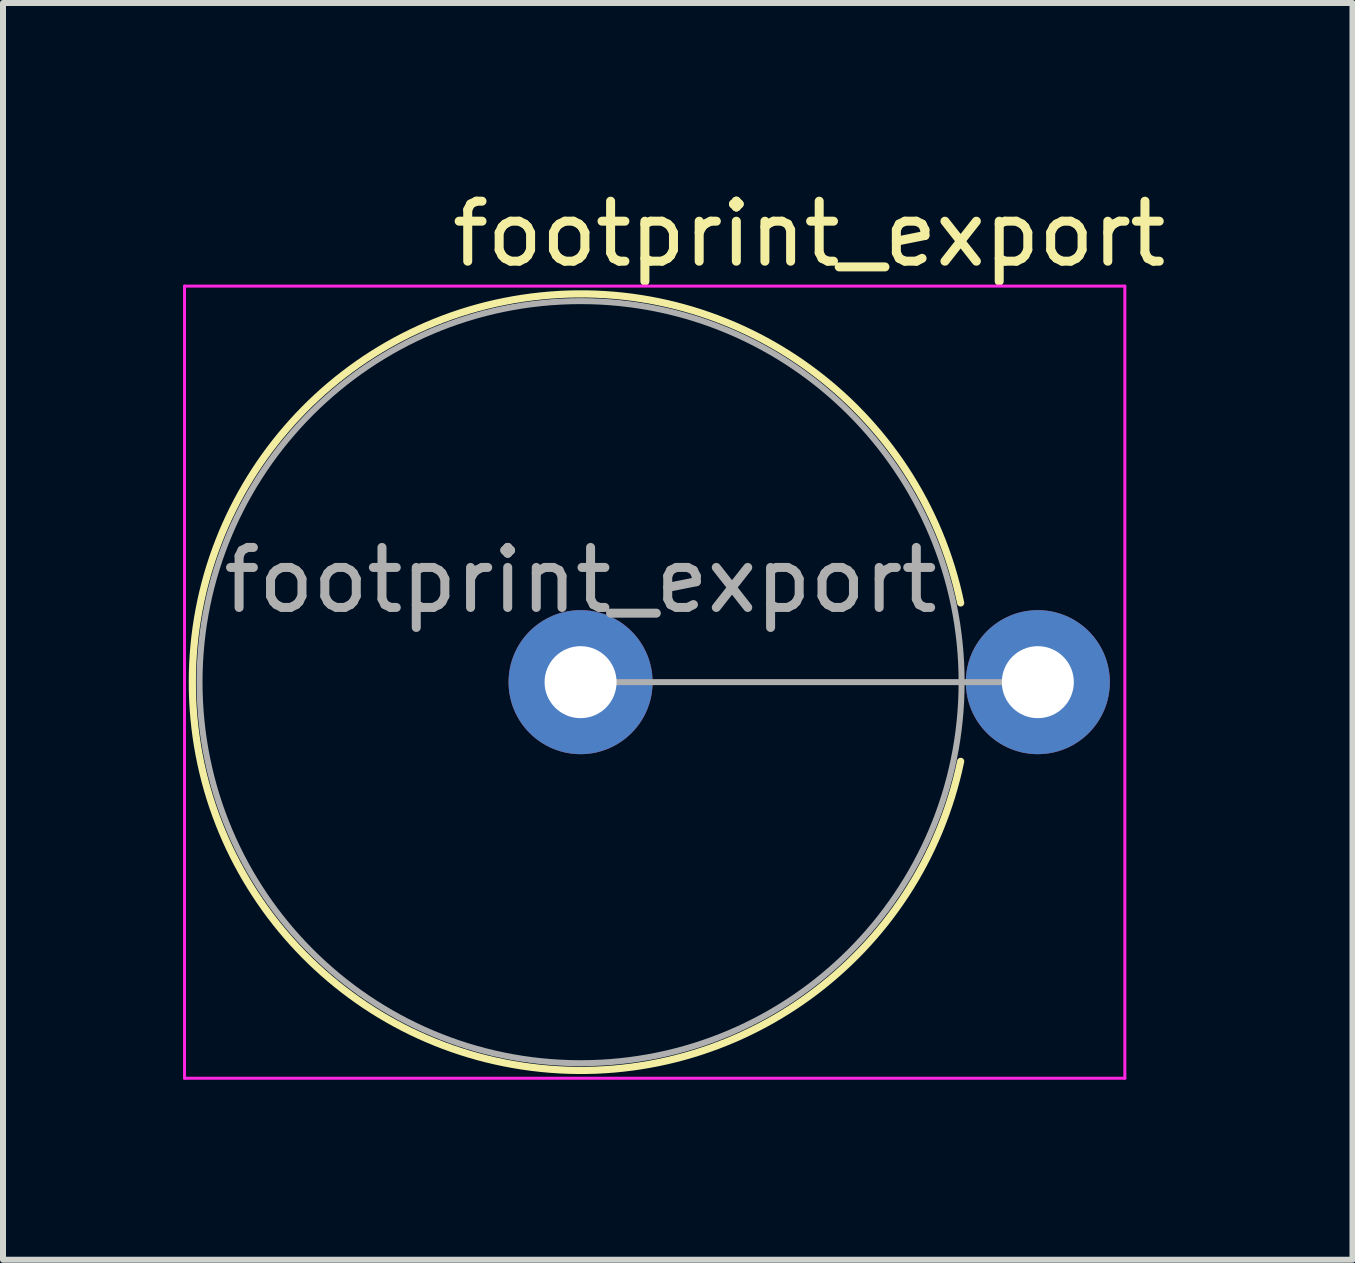
<source format=kicad_pcb>
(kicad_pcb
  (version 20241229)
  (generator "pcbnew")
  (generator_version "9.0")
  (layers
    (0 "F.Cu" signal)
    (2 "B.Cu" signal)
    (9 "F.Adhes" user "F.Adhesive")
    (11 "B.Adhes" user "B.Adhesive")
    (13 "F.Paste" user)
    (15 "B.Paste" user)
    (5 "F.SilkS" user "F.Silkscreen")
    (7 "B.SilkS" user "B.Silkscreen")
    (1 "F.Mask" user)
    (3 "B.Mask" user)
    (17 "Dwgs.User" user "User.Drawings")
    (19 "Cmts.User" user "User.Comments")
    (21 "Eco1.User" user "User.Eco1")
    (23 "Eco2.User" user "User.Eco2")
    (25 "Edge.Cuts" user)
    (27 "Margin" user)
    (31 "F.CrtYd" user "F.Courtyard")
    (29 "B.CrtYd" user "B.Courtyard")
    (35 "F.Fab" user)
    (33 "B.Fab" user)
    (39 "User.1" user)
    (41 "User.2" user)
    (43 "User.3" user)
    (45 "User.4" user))
  (footprint "footprint_export"
    (layer "F.Cu")
    (at 6.625 8.318)
    (property "Reference" "footprint_export" (at 3.81 -7.47 0) (layer "F.SilkS") (effects (font (size 1 1) (thickness 0.15))))
    (attr through_hole)
    (fp_arc (start 6.333917 1.32) (mid -6.47 0) (end 6.333917 -1.32) (stroke (width 0.12) (type solid)) (layer "F.SilkS"))
    (fp_line (start -6.6 -6.6) (end -6.6 6.6) (stroke (width 0.05) (type solid)) (layer "F.CrtYd"))
    (fp_line (start -6.6 6.6) (end 9.07 6.6) (stroke (width 0.05) (type solid)) (layer "F.CrtYd"))
    (fp_line (start 9.07 -6.6) (end -6.6 -6.6) (stroke (width 0.05) (type solid)) (layer "F.CrtYd"))
    (fp_line (start 9.07 6.6) (end 9.07 -6.6) (stroke (width 0.05) (type solid)) (layer "F.CrtYd"))
    (fp_line (start 0 0) (end 7.62 0) (stroke (width 0.1) (type solid)) (layer "F.Fab"))
    (fp_circle (center 0 0) (end 6.35 0) (stroke (width 0.1) (type solid)) (fill no) (layer "F.Fab"))
    (fp_text user "${REFERENCE}" (at 0 -1.7 0) (layer "F.Fab") (effects (font (size 1 1) (thickness 0.15))))
    (pad "1" thru_hole circle (at 0 0) (size 2.4 2.4) (drill 1.2) (layers "*.Cu" "*.Mask"))
    (pad "2" thru_hole oval (at 7.62 0) (size 2.4 2.4) (drill 1.2) (layers "*.Cu" "*.Mask")))
  (gr_rect
    (start -3 -3)
    (end 19.489 17.943)
    (stroke (width 0.1) (type default))
    (fill no)
    (layer "Edge.Cuts")))
</source>
